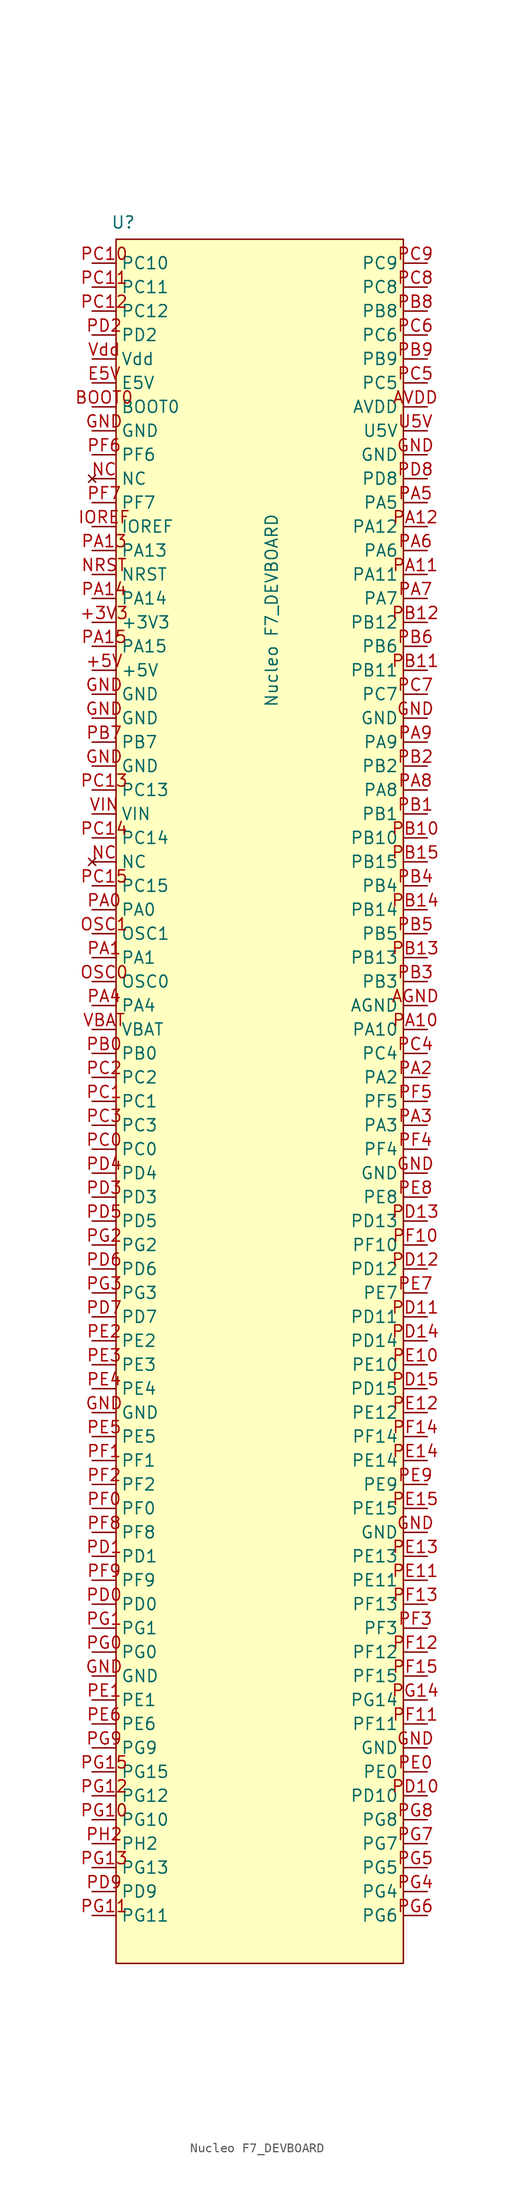
<source format=kicad_sym>
(kicad_symbol_lib
  (version 20220914)
  (generator kicad_symbol_editor)
  (symbol "Nucleo F7_DEVBOARD"
    (property "Reference" "U"
      (at -15.748 28.448 0)
      (effects (font (size 1.27 1.27))))
    (property "Value" "Nucleo F7_DEVBOARD"
      (at 0 -12.7 90)
      (effects (font (size 1.27 1.27))))
    (symbol "Nucleo F7_DEVBOARD_0_1"
      (rectangle (start -16.51 26.67) (end 13.97 -156.21) (stroke (width 0.152) (type default)) (fill (type background))))
    (symbol "Nucleo F7_DEVBOARD_1_1"
      (pin power_in line (at -19.05 -13.97 0) (length 2.54) (name "+3V3" (effects (font (size 1.27 1.27)))) (number "+3V3" (effects (font (size 1.27 1.27)))))
      (pin power_in line (at -19.05 -19.05 0) (length 2.54) (name "+5V" (effects (font (size 1.27 1.27)))) (number "+5V" (effects (font (size 1.27 1.27)))))
      (pin bidirectional line (at 16.51 -54.61 180) (length 2.54) (name "AGND" (effects (font (size 1.27 1.27)))) (number "AGND" (effects (font (size 1.27 1.27)))))
      (pin power_in line (at 16.51 8.89 180) (length 2.54) (name "AVDD" (effects (font (size 1.27 1.27)))) (number "AVDD" (effects (font (size 1.27 1.27)))))
      (pin bidirectional line (at -19.05 8.89 0) (length 2.54) (name "BOOT0" (effects (font (size 1.27 1.27)))) (number "BOOT0" (effects (font (size 1.27 1.27)))))
      (pin bidirectional line (at -19.05 11.43 0) (length 2.54) (name "E5V" (effects (font (size 1.27 1.27)))) (number "E5V" (effects (font (size 1.27 1.27)))))
      (pin bidirectional line (at -19.05 -125.73 0) (length 2.54) (name "GND" (effects (font (size 1.27 1.27)))) (number "GND" (effects (font (size 1.27 1.27)))))
      (pin bidirectional line (at -19.05 -97.79 0) (length 2.54) (name "GND" (effects (font (size 1.27 1.27)))) (number "GND" (effects (font (size 1.27 1.27)))))
      (pin bidirectional line (at -19.05 -29.21 0) (length 2.54) (name "GND" (effects (font (size 1.27 1.27)))) (number "GND" (effects (font (size 1.27 1.27)))))
      (pin bidirectional line (at -19.05 -24.13 0) (length 2.54) (name "GND" (effects (font (size 1.27 1.27)))) (number "GND" (effects (font (size 1.27 1.27)))))
      (pin bidirectional line (at -19.05 -21.59 0) (length 2.54) (name "GND" (effects (font (size 1.27 1.27)))) (number "GND" (effects (font (size 1.27 1.27)))))
      (pin bidirectional line (at -19.05 6.35 0) (length 2.54) (name "GND" (effects (font (size 1.27 1.27)))) (number "GND" (effects (font (size 1.27 1.27)))))
      (pin bidirectional line (at 16.51 -133.35 180) (length 2.54) (name "GND" (effects (font (size 1.27 1.27)))) (number "GND" (effects (font (size 1.27 1.27)))))
      (pin bidirectional line (at 16.51 -110.49 180) (length 2.54) (name "GND" (effects (font (size 1.27 1.27)))) (number "GND" (effects (font (size 1.27 1.27)))))
      (pin bidirectional line (at 16.51 -72.39 180) (length 2.54) (name "GND" (effects (font (size 1.27 1.27)))) (number "GND" (effects (font (size 1.27 1.27)))))
      (pin bidirectional line (at 16.51 -24.13 180) (length 2.54) (name "GND" (effects (font (size 1.27 1.27)))) (number "GND" (effects (font (size 1.27 1.27)))))
      (pin bidirectional line (at 16.51 3.81 180) (length 2.54) (name "GND" (effects (font (size 1.27 1.27)))) (number "GND" (effects (font (size 1.27 1.27)))))
      (pin bidirectional line (at -19.05 -3.81 0) (length 2.54) (name "IOREF" (effects (font (size 1.27 1.27)))) (number "IOREF" (effects (font (size 1.27 1.27)))))
      (pin no_connect line (at -19.05 -39.37 0) (length 2.54) (name "NC" (effects (font (size 1.27 1.27)))) (number "NC" (effects (font (size 1.27 1.27)))))
      (pin no_connect line (at -19.05 1.27 0) (length 2.54) (name "NC" (effects (font (size 1.27 1.27)))) (number "NC" (effects (font (size 1.27 1.27)))))
      (pin bidirectional line (at -19.05 -8.89 0) (length 2.54) (name "NRST" (effects (font (size 1.27 1.27)))) (number "NRST" (effects (font (size 1.27 1.27)))))
      (pin bidirectional line (at -19.05 -52.07 0) (length 2.54) (name "OSC0" (effects (font (size 1.27 1.27)))) (number "OSC0" (effects (font (size 1.27 1.27)))))
      (pin bidirectional line (at -19.05 -46.99 0) (length 2.54) (name "OSC1" (effects (font (size 1.27 1.27)))) (number "OSC1" (effects (font (size 1.27 1.27)))))
      (pin bidirectional line (at -19.05 -44.45 0) (length 2.54) (name "PA0" (effects (font (size 1.27 1.27)))) (number "PA0" (effects (font (size 1.27 1.27)))))
      (pin bidirectional line (at -19.05 -49.53 0) (length 2.54) (name "PA1" (effects (font (size 1.27 1.27)))) (number "PA1" (effects (font (size 1.27 1.27)))))
      (pin bidirectional line (at 16.51 -57.15 180) (length 2.54) (name "PA10" (effects (font (size 1.27 1.27)))) (number "PA10" (effects (font (size 1.27 1.27)))))
      (pin bidirectional line (at 16.51 -8.89 180) (length 2.54) (name "PA11" (effects (font (size 1.27 1.27)))) (number "PA11" (effects (font (size 1.27 1.27)))))
      (pin bidirectional line (at 16.51 -3.81 180) (length 2.54) (name "PA12" (effects (font (size 1.27 1.27)))) (number "PA12" (effects (font (size 1.27 1.27)))))
      (pin bidirectional line (at -19.05 -6.35 0) (length 2.54) (name "PA13" (effects (font (size 1.27 1.27)))) (number "PA13" (effects (font (size 1.27 1.27)))))
      (pin bidirectional line (at -19.05 -11.43 0) (length 2.54) (name "PA14" (effects (font (size 1.27 1.27)))) (number "PA14" (effects (font (size 1.27 1.27)))))
      (pin bidirectional line (at -19.05 -16.51 0) (length 2.54) (name "PA15" (effects (font (size 1.27 1.27)))) (number "PA15" (effects (font (size 1.27 1.27)))))
      (pin bidirectional line (at 16.51 -62.23 180) (length 2.54) (name "PA2" (effects (font (size 1.27 1.27)))) (number "PA2" (effects (font (size 1.27 1.27)))))
      (pin bidirectional line (at 16.51 -67.31 180) (length 2.54) (name "PA3" (effects (font (size 1.27 1.27)))) (number "PA3" (effects (font (size 1.27 1.27)))))
      (pin bidirectional line (at -19.05 -54.61 0) (length 2.54) (name "PA4" (effects (font (size 1.27 1.27)))) (number "PA4" (effects (font (size 1.27 1.27)))))
      (pin bidirectional line (at 16.51 -1.27 180) (length 2.54) (name "PA5" (effects (font (size 1.27 1.27)))) (number "PA5" (effects (font (size 1.27 1.27)))))
      (pin bidirectional line (at 16.51 -6.35 180) (length 2.54) (name "PA6" (effects (font (size 1.27 1.27)))) (number "PA6" (effects (font (size 1.27 1.27)))))
      (pin bidirectional line (at 16.51 -11.43 180) (length 2.54) (name "PA7" (effects (font (size 1.27 1.27)))) (number "PA7" (effects (font (size 1.27 1.27)))))
      (pin bidirectional line (at 16.51 -31.75 180) (length 2.54) (name "PA8" (effects (font (size 1.27 1.27)))) (number "PA8" (effects (font (size 1.27 1.27)))))
      (pin bidirectional line (at 16.51 -26.67 180) (length 2.54) (name "PA9" (effects (font (size 1.27 1.27)))) (number "PA9" (effects (font (size 1.27 1.27)))))
      (pin bidirectional line (at -19.05 -59.69 0) (length 2.54) (name "PB0" (effects (font (size 1.27 1.27)))) (number "PB0" (effects (font (size 1.27 1.27)))))
      (pin bidirectional line (at 16.51 -34.29 180) (length 2.54) (name "PB1" (effects (font (size 1.27 1.27)))) (number "PB1" (effects (font (size 1.27 1.27)))))
      (pin bidirectional line (at 16.51 -36.83 180) (length 2.54) (name "PB10" (effects (font (size 1.27 1.27)))) (number "PB10" (effects (font (size 1.27 1.27)))))
      (pin bidirectional line (at 16.51 -19.05 180) (length 2.54) (name "PB11" (effects (font (size 1.27 1.27)))) (number "PB11" (effects (font (size 1.27 1.27)))))
      (pin bidirectional line (at 16.51 -13.97 180) (length 2.54) (name "PB12" (effects (font (size 1.27 1.27)))) (number "PB12" (effects (font (size 1.27 1.27)))))
      (pin bidirectional line (at 16.51 -49.53 180) (length 2.54) (name "PB13" (effects (font (size 1.27 1.27)))) (number "PB13" (effects (font (size 1.27 1.27)))))
      (pin power_in line (at 16.51 -44.45 180) (length 2.54) (name "PB14" (effects (font (size 1.27 1.27)))) (number "PB14" (effects (font (size 1.27 1.27)))))
      (pin bidirectional line (at 16.51 -39.37 180) (length 2.54) (name "PB15" (effects (font (size 1.27 1.27)))) (number "PB15" (effects (font (size 1.27 1.27)))))
      (pin bidirectional line (at 16.51 -29.21 180) (length 2.54) (name "PB2" (effects (font (size 1.27 1.27)))) (number "PB2" (effects (font (size 1.27 1.27)))))
      (pin bidirectional line (at 16.51 -52.07 180) (length 2.54) (name "PB3" (effects (font (size 1.27 1.27)))) (number "PB3" (effects (font (size 1.27 1.27)))))
      (pin power_in line (at 16.51 -41.91 180) (length 2.54) (name "PB4" (effects (font (size 1.27 1.27)))) (number "PB4" (effects (font (size 1.27 1.27)))))
      (pin bidirectional line (at 16.51 -46.99 180) (length 2.54) (name "PB5" (effects (font (size 1.27 1.27)))) (number "PB5" (effects (font (size 1.27 1.27)))))
      (pin bidirectional line (at 16.51 -16.51 180) (length 2.54) (name "PB6" (effects (font (size 1.27 1.27)))) (number "PB6" (effects (font (size 1.27 1.27)))))
      (pin bidirectional line (at -19.05 -26.67 0) (length 2.54) (name "PB7" (effects (font (size 1.27 1.27)))) (number "PB7" (effects (font (size 1.27 1.27)))))
      (pin bidirectional line (at 16.51 19.05 180) (length 2.54) (name "PB8" (effects (font (size 1.27 1.27)))) (number "PB8" (effects (font (size 1.27 1.27)))))
      (pin bidirectional line (at 16.51 13.97 180) (length 2.54) (name "PB9" (effects (font (size 1.27 1.27)))) (number "PB9" (effects (font (size 1.27 1.27)))))
      (pin bidirectional line (at -19.05 -69.85 0) (length 2.54) (name "PC0" (effects (font (size 1.27 1.27)))) (number "PC0" (effects (font (size 1.27 1.27)))))
      (pin bidirectional line (at -19.05 -64.77 0) (length 2.54) (name "PC1" (effects (font (size 1.27 1.27)))) (number "PC1" (effects (font (size 1.27 1.27)))))
      (pin bidirectional line (at -19.05 24.13 0) (length 2.54) (name "PC10" (effects (font (size 1.27 1.27)))) (number "PC10" (effects (font (size 1.27 1.27)))))
      (pin bidirectional line (at -19.05 21.59 0) (length 2.54) (name "PC11" (effects (font (size 1.27 1.27)))) (number "PC11" (effects (font (size 1.27 1.27)))))
      (pin bidirectional line (at -19.05 19.05 0) (length 2.54) (name "PC12" (effects (font (size 1.27 1.27)))) (number "PC12" (effects (font (size 1.27 1.27)))))
      (pin bidirectional line (at -19.05 -31.75 0) (length 2.54) (name "PC13" (effects (font (size 1.27 1.27)))) (number "PC13" (effects (font (size 1.27 1.27)))))
      (pin bidirectional line (at -19.05 -36.83 0) (length 2.54) (name "PC14" (effects (font (size 1.27 1.27)))) (number "PC14" (effects (font (size 1.27 1.27)))))
      (pin bidirectional line (at -19.05 -41.91 0) (length 2.54) (name "PC15" (effects (font (size 1.27 1.27)))) (number "PC15" (effects (font (size 1.27 1.27)))))
      (pin bidirectional line (at -19.05 -62.23 0) (length 2.54) (name "PC2" (effects (font (size 1.27 1.27)))) (number "PC2" (effects (font (size 1.27 1.27)))))
      (pin bidirectional line (at -19.05 -67.31 0) (length 2.54) (name "PC3" (effects (font (size 1.27 1.27)))) (number "PC3" (effects (font (size 1.27 1.27)))))
      (pin bidirectional line (at 16.51 -59.69 180) (length 2.54) (name "PC4" (effects (font (size 1.27 1.27)))) (number "PC4" (effects (font (size 1.27 1.27)))))
      (pin bidirectional line (at 16.51 11.43 180) (length 2.54) (name "PC5" (effects (font (size 1.27 1.27)))) (number "PC5" (effects (font (size 1.27 1.27)))))
      (pin bidirectional line (at 16.51 16.51 180) (length 2.54) (name "PC6" (effects (font (size 1.27 1.27)))) (number "PC6" (effects (font (size 1.27 1.27)))))
      (pin bidirectional line (at 16.51 -21.59 180) (length 2.54) (name "PC7" (effects (font (size 1.27 1.27)))) (number "PC7" (effects (font (size 1.27 1.27)))))
      (pin bidirectional line (at 16.51 21.59 180) (length 2.54) (name "PC8" (effects (font (size 1.27 1.27)))) (number "PC8" (effects (font (size 1.27 1.27)))))
      (pin bidirectional line (at 16.51 24.13 180) (length 2.54) (name "PC9" (effects (font (size 1.27 1.27)))) (number "PC9" (effects (font (size 1.27 1.27)))))
      (pin bidirectional line (at -19.05 -118.11 0) (length 2.54) (name "PD0" (effects (font (size 1.27 1.27)))) (number "PD0" (effects (font (size 1.27 1.27)))))
      (pin bidirectional line (at -19.05 -113.03 0) (length 2.54) (name "PD1" (effects (font (size 1.27 1.27)))) (number "PD1" (effects (font (size 1.27 1.27)))))
      (pin bidirectional line (at 16.51 -138.43 180) (length 2.54) (name "PD10" (effects (font (size 1.27 1.27)))) (number "PD10" (effects (font (size 1.27 1.27)))))
      (pin bidirectional line (at 16.51 -87.63 180) (length 2.54) (name "PD11" (effects (font (size 1.27 1.27)))) (number "PD11" (effects (font (size 1.27 1.27)))))
      (pin bidirectional line (at 16.51 -82.55 180) (length 2.54) (name "PD12" (effects (font (size 1.27 1.27)))) (number "PD12" (effects (font (size 1.27 1.27)))))
      (pin bidirectional line (at 16.51 -77.47 180) (length 2.54) (name "PD13" (effects (font (size 1.27 1.27)))) (number "PD13" (effects (font (size 1.27 1.27)))))
      (pin bidirectional line (at 16.51 -90.17 180) (length 2.54) (name "PD14" (effects (font (size 1.27 1.27)))) (number "PD14" (effects (font (size 1.27 1.27)))))
      (pin bidirectional line (at 16.51 -95.25 180) (length 2.54) (name "PD15" (effects (font (size 1.27 1.27)))) (number "PD15" (effects (font (size 1.27 1.27)))))
      (pin bidirectional line (at -19.05 16.51 0) (length 2.54) (name "PD2" (effects (font (size 1.27 1.27)))) (number "PD2" (effects (font (size 1.27 1.27)))))
      (pin bidirectional line (at -19.05 -74.93 0) (length 2.54) (name "PD3" (effects (font (size 1.27 1.27)))) (number "PD3" (effects (font (size 1.27 1.27)))))
      (pin bidirectional line (at -19.05 -72.39 0) (length 2.54) (name "PD4" (effects (font (size 1.27 1.27)))) (number "PD4" (effects (font (size 1.27 1.27)))))
      (pin bidirectional line (at -19.05 -77.47 0) (length 2.54) (name "PD5" (effects (font (size 1.27 1.27)))) (number "PD5" (effects (font (size 1.27 1.27)))))
      (pin bidirectional line (at -19.05 -82.55 0) (length 2.54) (name "PD6" (effects (font (size 1.27 1.27)))) (number "PD6" (effects (font (size 1.27 1.27)))))
      (pin bidirectional line (at -19.05 -87.63 0) (length 2.54) (name "PD7" (effects (font (size 1.27 1.27)))) (number "PD7" (effects (font (size 1.27 1.27)))))
      (pin bidirectional line (at 16.51 1.27 180) (length 2.54) (name "PD8" (effects (font (size 1.27 1.27)))) (number "PD8" (effects (font (size 1.27 1.27)))))
      (pin bidirectional line (at -19.05 -148.59 0) (length 2.54) (name "PD9" (effects (font (size 1.27 1.27)))) (number "PD9" (effects (font (size 1.27 1.27)))))
      (pin bidirectional line (at 16.51 -135.89 180) (length 2.54) (name "PE0" (effects (font (size 1.27 1.27)))) (number "PE0" (effects (font (size 1.27 1.27)))))
      (pin bidirectional line (at -19.05 -128.27 0) (length 2.54) (name "PE1" (effects (font (size 1.27 1.27)))) (number "PE1" (effects (font (size 1.27 1.27)))))
      (pin bidirectional line (at 16.51 -92.71 180) (length 2.54) (name "PE10" (effects (font (size 1.27 1.27)))) (number "PE10" (effects (font (size 1.27 1.27)))))
      (pin bidirectional line (at 16.51 -115.57 180) (length 2.54) (name "PE11" (effects (font (size 1.27 1.27)))) (number "PE11" (effects (font (size 1.27 1.27)))))
      (pin bidirectional line (at 16.51 -97.79 180) (length 2.54) (name "PE12" (effects (font (size 1.27 1.27)))) (number "PE12" (effects (font (size 1.27 1.27)))))
      (pin bidirectional line (at 16.51 -113.03 180) (length 2.54) (name "PE13" (effects (font (size 1.27 1.27)))) (number "PE13" (effects (font (size 1.27 1.27)))))
      (pin bidirectional line (at 16.51 -102.87 180) (length 2.54) (name "PE14" (effects (font (size 1.27 1.27)))) (number "PE14" (effects (font (size 1.27 1.27)))))
      (pin bidirectional line (at 16.51 -107.95 180) (length 2.54) (name "PE15" (effects (font (size 1.27 1.27)))) (number "PE15" (effects (font (size 1.27 1.27)))))
      (pin bidirectional line (at -19.05 -90.17 0) (length 2.54) (name "PE2" (effects (font (size 1.27 1.27)))) (number "PE2" (effects (font (size 1.27 1.27)))))
      (pin bidirectional line (at -19.05 -92.71 0) (length 2.54) (name "PE3" (effects (font (size 1.27 1.27)))) (number "PE3" (effects (font (size 1.27 1.27)))))
      (pin bidirectional line (at -19.05 -95.25 0) (length 2.54) (name "PE4" (effects (font (size 1.27 1.27)))) (number "PE4" (effects (font (size 1.27 1.27)))))
      (pin bidirectional line (at -19.05 -100.33 0) (length 2.54) (name "PE5" (effects (font (size 1.27 1.27)))) (number "PE5" (effects (font (size 1.27 1.27)))))
      (pin bidirectional line (at -19.05 -130.81 0) (length 2.54) (name "PE6" (effects (font (size 1.27 1.27)))) (number "PE6" (effects (font (size 1.27 1.27)))))
      (pin bidirectional line (at 16.51 -85.09 180) (length 2.54) (name "PE7" (effects (font (size 1.27 1.27)))) (number "PE7" (effects (font (size 1.27 1.27)))))
      (pin bidirectional line (at 16.51 -74.93 180) (length 2.54) (name "PE8" (effects (font (size 1.27 1.27)))) (number "PE8" (effects (font (size 1.27 1.27)))))
      (pin bidirectional line (at 16.51 -105.41 180) (length 2.54) (name "PE9" (effects (font (size 1.27 1.27)))) (number "PE9" (effects (font (size 1.27 1.27)))))
      (pin bidirectional line (at -19.05 -107.95 0) (length 2.54) (name "PF0" (effects (font (size 1.27 1.27)))) (number "PF0" (effects (font (size 1.27 1.27)))))
      (pin bidirectional line (at -19.05 -102.87 0) (length 2.54) (name "PF1" (effects (font (size 1.27 1.27)))) (number "PF1" (effects (font (size 1.27 1.27)))))
      (pin bidirectional line (at 16.51 -80.01 180) (length 2.54) (name "PF10" (effects (font (size 1.27 1.27)))) (number "PF10" (effects (font (size 1.27 1.27)))))
      (pin bidirectional line (at 16.51 -130.81 180) (length 2.54) (name "PF11" (effects (font (size 1.27 1.27)))) (number "PF11" (effects (font (size 1.27 1.27)))))
      (pin bidirectional line (at 16.51 -123.19 180) (length 2.54) (name "PF12" (effects (font (size 1.27 1.27)))) (number "PF12" (effects (font (size 1.27 1.27)))))
      (pin bidirectional line (at 16.51 -118.11 180) (length 2.54) (name "PF13" (effects (font (size 1.27 1.27)))) (number "PF13" (effects (font (size 1.27 1.27)))))
      (pin bidirectional line (at 16.51 -100.33 180) (length 2.54) (name "PF14" (effects (font (size 1.27 1.27)))) (number "PF14" (effects (font (size 1.27 1.27)))))
      (pin bidirectional line (at 16.51 -125.73 180) (length 2.54) (name "PF15" (effects (font (size 1.27 1.27)))) (number "PF15" (effects (font (size 1.27 1.27)))))
      (pin bidirectional line (at -19.05 -105.41 0) (length 2.54) (name "PF2" (effects (font (size 1.27 1.27)))) (number "PF2" (effects (font (size 1.27 1.27)))))
      (pin bidirectional line (at 16.51 -120.65 180) (length 2.54) (name "PF3" (effects (font (size 1.27 1.27)))) (number "PF3" (effects (font (size 1.27 1.27)))))
      (pin bidirectional line (at 16.51 -69.85 180) (length 2.54) (name "PF4" (effects (font (size 1.27 1.27)))) (number "PF4" (effects (font (size 1.27 1.27)))))
      (pin bidirectional line (at 16.51 -64.77 180) (length 2.54) (name "PF5" (effects (font (size 1.27 1.27)))) (number "PF5" (effects (font (size 1.27 1.27)))))
      (pin bidirectional line (at -19.05 3.81 0) (length 2.54) (name "PF6" (effects (font (size 1.27 1.27)))) (number "PF6" (effects (font (size 1.27 1.27)))))
      (pin bidirectional line (at -19.05 -1.27 0) (length 2.54) (name "PF7" (effects (font (size 1.27 1.27)))) (number "PF7" (effects (font (size 1.27 1.27)))))
      (pin bidirectional line (at -19.05 -110.49 0) (length 2.54) (name "PF8" (effects (font (size 1.27 1.27)))) (number "PF8" (effects (font (size 1.27 1.27)))))
      (pin bidirectional line (at -19.05 -115.57 0) (length 2.54) (name "PF9" (effects (font (size 1.27 1.27)))) (number "PF9" (effects (font (size 1.27 1.27)))))
      (pin bidirectional line (at -19.05 -123.19 0) (length 2.54) (name "PG0" (effects (font (size 1.27 1.27)))) (number "PG0" (effects (font (size 1.27 1.27)))))
      (pin bidirectional line (at -19.05 -120.65 0) (length 2.54) (name "PG1" (effects (font (size 1.27 1.27)))) (number "PG1" (effects (font (size 1.27 1.27)))))
      (pin bidirectional line (at -19.05 -140.97 0) (length 2.54) (name "PG10" (effects (font (size 1.27 1.27)))) (number "PG10" (effects (font (size 1.27 1.27)))))
      (pin bidirectional line (at -19.05 -151.13 0) (length 2.54) (name "PG11" (effects (font (size 1.27 1.27)))) (number "PG11" (effects (font (size 1.27 1.27)))))
      (pin bidirectional line (at -19.05 -138.43 0) (length 2.54) (name "PG12" (effects (font (size 1.27 1.27)))) (number "PG12" (effects (font (size 1.27 1.27)))))
      (pin bidirectional line (at -19.05 -146.05 0) (length 2.54) (name "PG13" (effects (font (size 1.27 1.27)))) (number "PG13" (effects (font (size 1.27 1.27)))))
      (pin bidirectional line (at 16.51 -128.27 180) (length 2.54) (name "PG14" (effects (font (size 1.27 1.27)))) (number "PG14" (effects (font (size 1.27 1.27)))))
      (pin bidirectional line (at -19.05 -135.89 0) (length 2.54) (name "PG15" (effects (font (size 1.27 1.27)))) (number "PG15" (effects (font (size 1.27 1.27)))))
      (pin bidirectional line (at -19.05 -80.01 0) (length 2.54) (name "PG2" (effects (font (size 1.27 1.27)))) (number "PG2" (effects (font (size 1.27 1.27)))))
      (pin bidirectional line (at -19.05 -85.09 0) (length 2.54) (name "PG3" (effects (font (size 1.27 1.27)))) (number "PG3" (effects (font (size 1.27 1.27)))))
      (pin bidirectional line (at 16.51 -148.59 180) (length 2.54) (name "PG4" (effects (font (size 1.27 1.27)))) (number "PG4" (effects (font (size 1.27 1.27)))))
      (pin power_in line (at 16.51 -146.05 180) (length 2.54) (name "PG5" (effects (font (size 1.27 1.27)))) (number "PG5" (effects (font (size 1.27 1.27)))))
      (pin bidirectional line (at 16.51 -151.13 180) (length 2.54) (name "PG6" (effects (font (size 1.27 1.27)))) (number "PG6" (effects (font (size 1.27 1.27)))))
      (pin power_in line (at 16.51 -143.51 180) (length 2.54) (name "PG7" (effects (font (size 1.27 1.27)))) (number "PG7" (effects (font (size 1.27 1.27)))))
      (pin bidirectional line (at 16.51 -140.97 180) (length 2.54) (name "PG8" (effects (font (size 1.27 1.27)))) (number "PG8" (effects (font (size 1.27 1.27)))))
      (pin bidirectional line (at -19.05 -133.35 0) (length 2.54) (name "PG9" (effects (font (size 1.27 1.27)))) (number "PG9" (effects (font (size 1.27 1.27)))))
      (pin bidirectional line (at -19.05 -143.51 0) (length 2.54) (name "PH2" (effects (font (size 1.27 1.27)))) (number "PH2" (effects (font (size 1.27 1.27)))))
      (pin power_in line (at 16.51 6.35 180) (length 2.54) (name "U5V" (effects (font (size 1.27 1.27)))) (number "U5V" (effects (font (size 1.27 1.27)))))
      (pin power_in line (at -19.05 -57.15 0) (length 2.54) (name "VBAT" (effects (font (size 1.27 1.27)))) (number "VBAT" (effects (font (size 1.27 1.27)))))
      (pin bidirectional line (at -19.05 -34.29 0) (length 2.54) (name "VIN" (effects (font (size 1.27 1.27)))) (number "VIN" (effects (font (size 1.27 1.27)))))
      (pin power_in line (at -19.05 13.97 0) (length 2.54) (name "Vdd" (effects (font (size 1.27 1.27)))) (number "Vdd" (effects (font (size 1.27 1.27))))))))
</source>
